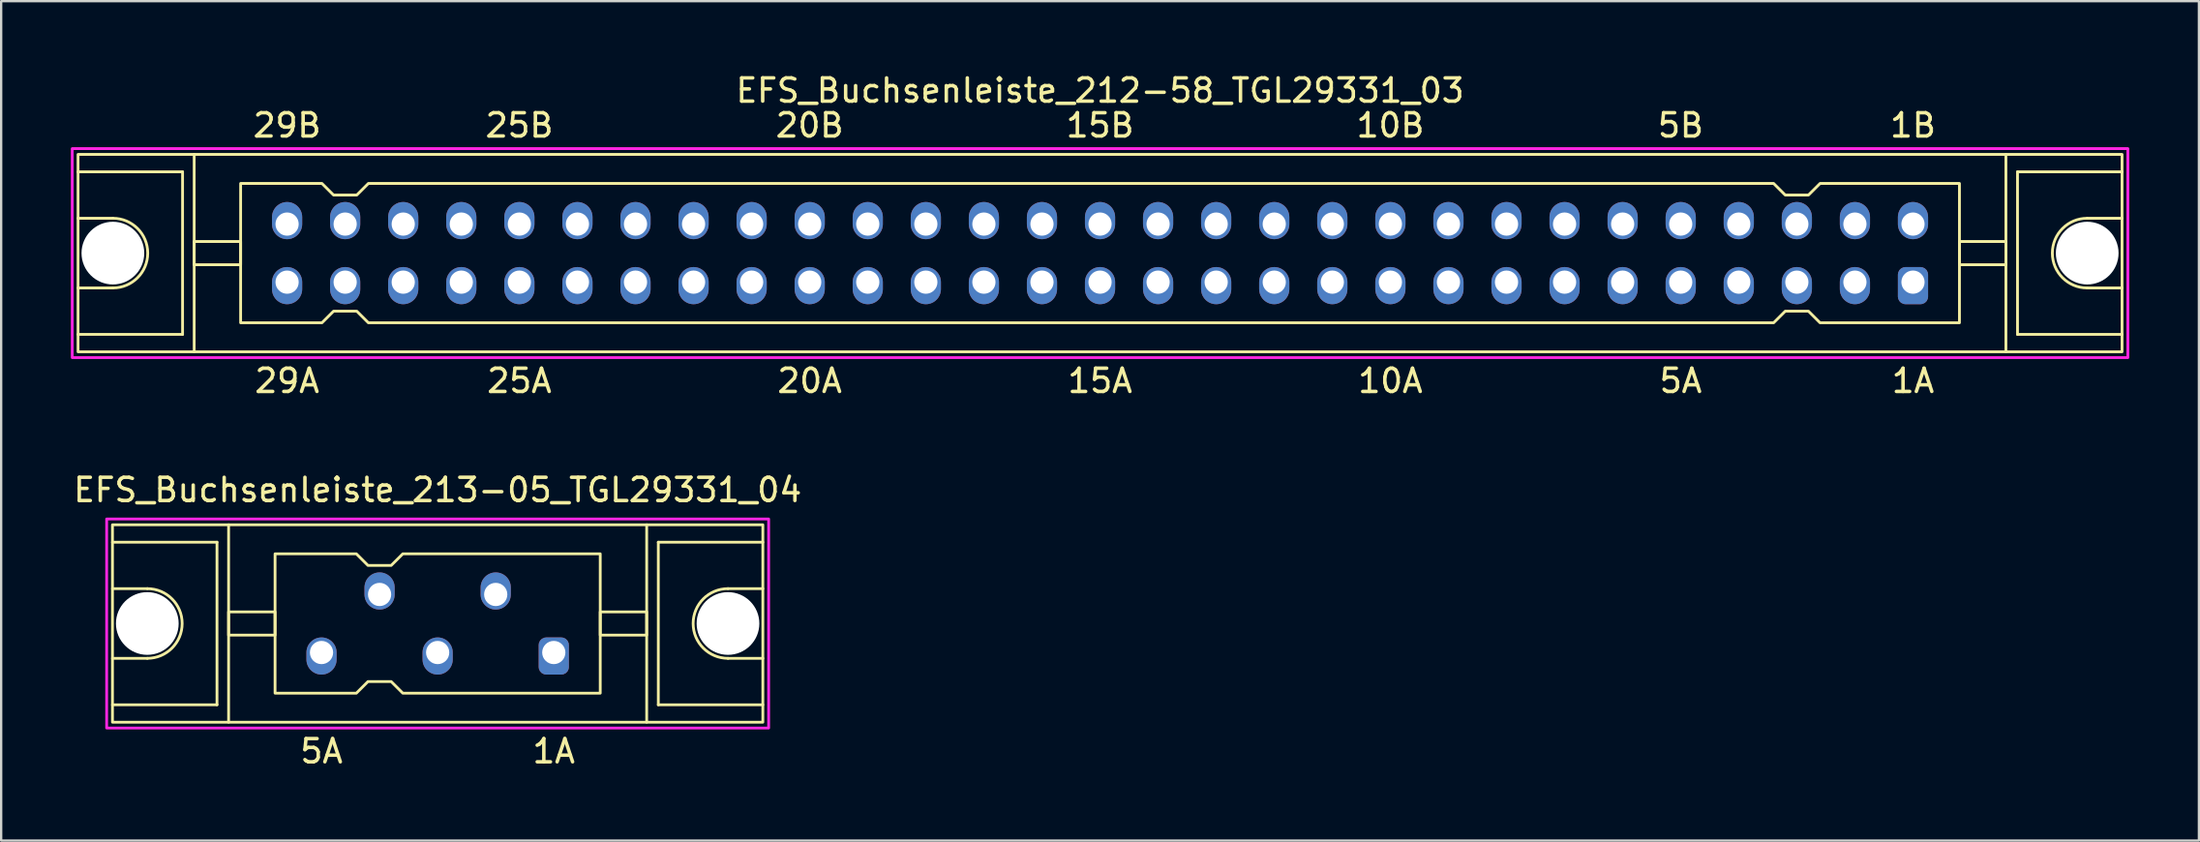
<source format=kicad_pcb>
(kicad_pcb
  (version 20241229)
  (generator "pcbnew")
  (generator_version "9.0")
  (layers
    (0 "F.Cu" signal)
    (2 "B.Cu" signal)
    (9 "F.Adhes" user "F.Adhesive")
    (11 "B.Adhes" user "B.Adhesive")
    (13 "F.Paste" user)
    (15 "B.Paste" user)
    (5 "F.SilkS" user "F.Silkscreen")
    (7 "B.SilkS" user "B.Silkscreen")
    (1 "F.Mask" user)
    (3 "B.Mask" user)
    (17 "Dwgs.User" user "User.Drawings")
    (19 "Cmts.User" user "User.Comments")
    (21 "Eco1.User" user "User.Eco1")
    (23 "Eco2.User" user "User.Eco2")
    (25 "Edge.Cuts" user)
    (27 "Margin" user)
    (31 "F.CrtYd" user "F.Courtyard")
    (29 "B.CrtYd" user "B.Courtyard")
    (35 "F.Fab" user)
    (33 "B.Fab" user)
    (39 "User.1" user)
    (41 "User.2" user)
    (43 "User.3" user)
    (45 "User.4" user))
  (footprint "EFS_Buchsenleiste_213-05_TGL29331_04"
    (layer "F.Cu")
    (at 15.792 23.795)
    (property "Reference" "EFS_Buchsenleiste_213-05_TGL29331_04" (at 0 -5.75 180) (layer "F.SilkS") (effects (font (size 1 1) (thickness 0.15))))
    (attr through_hole)
    (fp_line (start -14 -3.5) (end -9.5 -3.5) (stroke (width 0.12) (type solid)) (layer "F.SilkS"))
    (fp_line (start -12.5 -1.5) (end -14 -1.5) (stroke (width 0.12) (type solid)) (layer "F.SilkS"))
    (fp_line (start -12.5 1.5) (end -14 1.5) (stroke (width 0.12) (type solid)) (layer "F.SilkS"))
    (fp_line (start -9.5 -3.5) (end -9.5 3.5) (stroke (width 0.12) (type solid)) (layer "F.SilkS"))
    (fp_line (start -9.5 3.5) (end -14 3.5) (stroke (width 0.12) (type solid)) (layer "F.SilkS"))
    (fp_line (start -9 4.25) (end -9 -4.25) (stroke (width 0.12) (type solid)) (layer "F.SilkS"))
    (fp_line (start 9 4.25) (end 9 -4.25) (stroke (width 0.12) (type solid)) (layer "F.SilkS"))
    (fp_line (start 9.5 -3.5) (end 9.5 3.5) (stroke (width 0.12) (type solid)) (layer "F.SilkS"))
    (fp_line (start 9.5 3.5) (end 14 3.5) (stroke (width 0.12) (type solid)) (layer "F.SilkS"))
    (fp_line (start 12.5 -1.5) (end 14 -1.5) (stroke (width 0.12) (type solid)) (layer "F.SilkS"))
    (fp_line (start 12.5 1.5) (end 14 1.5) (stroke (width 0.12) (type solid)) (layer "F.SilkS"))
    (fp_line (start 14 -3.5) (end 9.5 -3.5) (stroke (width 0.12) (type solid)) (layer "F.SilkS"))
    (fp_rect (start -14 -4.25) (end 14 4.25) (stroke (width 0.12) (type solid)) (fill no) (layer "F.SilkS"))
    (fp_rect (start -9 -0.5) (end -7 0.5) (stroke (width 0.12) (type solid)) (fill no) (layer "F.SilkS"))
    (fp_rect (start 9 -0.5) (end 7 0.5) (stroke (width 0.12) (type solid)) (fill no) (layer "F.SilkS"))
    (fp_arc (start -12.5 -1.5) (mid -11 0) (end -12.5 1.5) (stroke (width 0.12) (type solid)) (layer "F.SilkS"))
    (fp_arc (start 12.5 1.5) (mid 11 0) (end 12.5 -1.5) (stroke (width 0.12) (type solid)) (layer "F.SilkS"))
    (fp_poly (pts (xy -3 -2.5) (xy -2 -2.5) (xy -1.5 -3) (xy 7 -3) (xy 7 3) (xy -1.5 3) (xy -2 2.5) (xy -3 2.5) (xy -3.5 3) (xy -7 3) (xy -7 -3) (xy -3.5 -3)) (stroke (width 0.12) (type solid)) (fill no) (layer "F.SilkS"))
    (fp_rect (start -14.25 -4.5) (end 14.25 4.5) (stroke (width 0.12) (type solid)) (fill no) (layer "F.CrtYd"))
    (fp_text user "5A" (at -5 5.5 180) (layer "F.SilkS") (effects (font (size 1 1) (thickness 0.15))))
    (fp_text user "1A" (at 5 5.5 180) (layer "F.SilkS") (effects (font (size 1 1) (thickness 0.15))))
    (pad "" np_thru_hole circle (at -12.5 0) (size 2.7 2.7) (drill 2.7) (layers "*.Cu" "*.Mask"))
    (pad "" np_thru_hole circle (at 12.5 0) (size 2.7 2.7) (drill 2.7) (layers "*.Cu" "*.Mask"))
    (pad "1a" thru_hole roundrect (at 5 1.25 180) (size 1.3 1.6) (drill 1 (offset 0 -0.15)) (layers "*.Cu" "*.Mask") (roundrect_rratio 0.25))
    (pad "2b" thru_hole oval (at 2.5 -1.25 180) (size 1.3 1.6) (drill 1 (offset 0 0.15)) (layers "*.Cu" "*.Mask"))
    (pad "3a" thru_hole oval (at 0 1.25 180) (size 1.3 1.6) (drill 1 (offset 0 -0.15)) (layers "*.Cu" "*.Mask"))
    (pad "4b" thru_hole oval (at -2.5 -1.25 180) (size 1.3 1.6) (drill 1 (offset 0 0.15)) (layers "*.Cu" "*.Mask"))
    (pad "5a" thru_hole oval (at -5 1.25 180) (size 1.3 1.6) (drill 1 (offset 0 -0.15)) (layers "*.Cu" "*.Mask")))
  (footprint "EFS_Buchsenleiste_212-58_TGL29331_03"
    (layer "F.Cu")
    (at 44.31 7.848)
    (property "Reference" "EFS_Buchsenleiste_212-58_TGL29331_03" (at 0 -7 180) (layer "F.SilkS") (effects (font (size 1 1) (thickness 0.15))))
    (attr through_hole)
    (fp_line (start -44 -3.5) (end -39.5 -3.5) (stroke (width 0.12) (type solid)) (layer "F.SilkS"))
    (fp_line (start -42.5 -1.5) (end -44 -1.5) (stroke (width 0.12) (type solid)) (layer "F.SilkS"))
    (fp_line (start -42.5 1.5) (end -44 1.5) (stroke (width 0.12) (type solid)) (layer "F.SilkS"))
    (fp_line (start -39.5 -3.5) (end -39.5 3.5) (stroke (width 0.12) (type solid)) (layer "F.SilkS"))
    (fp_line (start -39.5 3.5) (end -44 3.5) (stroke (width 0.12) (type solid)) (layer "F.SilkS"))
    (fp_line (start -39 4.25) (end -39 -4.25) (stroke (width 0.12) (type solid)) (layer "F.SilkS"))
    (fp_line (start 39 4.25) (end 39 -4.25) (stroke (width 0.12) (type solid)) (layer "F.SilkS"))
    (fp_line (start 39.5 -3.5) (end 39.5 3.5) (stroke (width 0.12) (type solid)) (layer "F.SilkS"))
    (fp_line (start 39.5 3.5) (end 44 3.5) (stroke (width 0.12) (type solid)) (layer "F.SilkS"))
    (fp_line (start 42.5 -1.5) (end 44 -1.5) (stroke (width 0.12) (type solid)) (layer "F.SilkS"))
    (fp_line (start 42.5 1.5) (end 44 1.5) (stroke (width 0.12) (type solid)) (layer "F.SilkS"))
    (fp_line (start 44 -3.5) (end 39.5 -3.5) (stroke (width 0.12) (type solid)) (layer "F.SilkS"))
    (fp_rect (start -44 -4.25) (end 44 4.25) (stroke (width 0.12) (type solid)) (fill no) (layer "F.SilkS"))
    (fp_rect (start -39 -0.5) (end -37 0.5) (stroke (width 0.12) (type solid)) (fill no) (layer "F.SilkS"))
    (fp_rect (start 39 -0.5) (end 37 0.5) (stroke (width 0.12) (type solid)) (fill no) (layer "F.SilkS"))
    (fp_arc (start -42.5 -1.5) (mid -41 0) (end -42.5 1.5) (stroke (width 0.12) (type solid)) (layer "F.SilkS"))
    (fp_arc (start 42.5 1.5) (mid 41 0) (end 42.5 -1.5) (stroke (width 0.12) (type solid)) (layer "F.SilkS"))
    (fp_poly (pts (xy -33 -2.5) (xy -32 -2.5) (xy -31.5 -3) (xy 29 -3) (xy 29.5 -2.5) (xy 30.5 -2.5) (xy 31 -3) (xy 37 -3) (xy 37 3) (xy 31 3) (xy 30.5 2.5) (xy 29.5 2.5) (xy 29 3) (xy -31.5 3) (xy -32 2.5) (xy -33 2.5) (xy -33.5 3) (xy -37 3) (xy -37 -3) (xy -33.5 -3)) (stroke (width 0.12) (type solid)) (fill no) (layer "F.SilkS"))
    (fp_rect (start -44.25 -4.5) (end 44.25 4.5) (stroke (width 0.12) (type solid)) (fill no) (layer "F.CrtYd"))
    (fp_text user "29A" (at -35 5.5 180) (layer "F.SilkS") (effects (font (size 1 1) (thickness 0.15))))
    (fp_text user "15A" (at 0 5.5 180) (layer "F.SilkS") (effects (font (size 1 1) (thickness 0.15))))
    (fp_text user "10A" (at 12.5 5.5 180) (layer "F.SilkS") (effects (font (size 1 1) (thickness 0.15))))
    (fp_text user "20B" (at -12.5 -5.5 180) (layer "F.SilkS") (effects (font (size 1 1) (thickness 0.15))))
    (fp_text user "1B" (at 35 -5.5 180) (layer "F.SilkS") (effects (font (size 1 1) (thickness 0.15))))
    (fp_text user "5B" (at 25 -5.5 180) (layer "F.SilkS") (effects (font (size 1 1) (thickness 0.15))))
    (fp_text user "20A" (at -12.5 5.5 180) (layer "F.SilkS") (effects (font (size 1 1) (thickness 0.15))))
    (fp_text user "29B" (at -35 -5.5 180) (layer "F.SilkS") (effects (font (size 1 1) (thickness 0.15))))
    (fp_text user "25A" (at -25 5.5 180) (layer "F.SilkS") (effects (font (size 1 1) (thickness 0.15))))
    (fp_text user "25B" (at -25 -5.5 180) (layer "F.SilkS") (effects (font (size 1 1) (thickness 0.15))))
    (fp_text user "15B" (at 0 -5.5 180) (layer "F.SilkS") (effects (font (size 1 1) (thickness 0.15))))
    (fp_text user "10B" (at 12.5 -5.5 180) (layer "F.SilkS") (effects (font (size 1 1) (thickness 0.15))))
    (fp_text user "5A" (at 25 5.5 180) (layer "F.SilkS") (effects (font (size 1 1) (thickness 0.15))))
    (fp_text user "1A" (at 35 5.5 180) (layer "F.SilkS") (effects (font (size 1 1) (thickness 0.15))))
    (pad "" np_thru_hole circle (at -42.5 0) (size 2.7 2.7) (drill 2.7) (layers "*.Cu" "*.Mask"))
    (pad "" np_thru_hole circle (at 42.5 0) (size 2.7 2.7) (drill 2.7) (layers "*.Cu" "*.Mask"))
    (pad "1a" thru_hole roundrect (at 35 1.25 180) (size 1.3 1.6) (drill 1 (offset 0 -0.15)) (layers "*.Cu" "*.Mask") (roundrect_rratio 0.25))
    (pad "1b" thru_hole oval (at 35 -1.25 180) (size 1.3 1.6) (drill 1 (offset 0 0.15)) (layers "*.Cu" "*.Mask"))
    (pad "2a" thru_hole oval (at 32.5 1.25 180) (size 1.3 1.6) (drill 1 (offset 0 -0.15)) (layers "*.Cu" "*.Mask"))
    (pad "2b" thru_hole oval (at 32.5 -1.25 180) (size 1.3 1.6) (drill 1 (offset 0 0.15)) (layers "*.Cu" "*.Mask"))
    (pad "3a" thru_hole oval (at 30 1.25 180) (size 1.3 1.6) (drill 1 (offset 0 -0.15)) (layers "*.Cu" "*.Mask"))
    (pad "3b" thru_hole oval (at 30 -1.25 180) (size 1.3 1.6) (drill 1 (offset 0 0.15)) (layers "*.Cu" "*.Mask"))
    (pad "4a" thru_hole oval (at 27.5 1.25 180) (size 1.3 1.6) (drill 1 (offset 0 -0.15)) (layers "*.Cu" "*.Mask"))
    (pad "4b" thru_hole oval (at 27.5 -1.25 180) (size 1.3 1.6) (drill 1 (offset 0 0.15)) (layers "*.Cu" "*.Mask"))
    (pad "5a" thru_hole oval (at 25 1.25 180) (size 1.3 1.6) (drill 1 (offset 0 -0.15)) (layers "*.Cu" "*.Mask"))
    (pad "5b" thru_hole oval (at 25 -1.25 180) (size 1.3 1.6) (drill 1 (offset 0 0.15)) (layers "*.Cu" "*.Mask"))
    (pad "6a" thru_hole oval (at 22.5 1.25 180) (size 1.3 1.6) (drill 1 (offset 0 -0.15)) (layers "*.Cu" "*.Mask"))
    (pad "6b" thru_hole oval (at 22.5 -1.25 180) (size 1.3 1.6) (drill 1 (offset 0 0.15)) (layers "*.Cu" "*.Mask"))
    (pad "7a" thru_hole oval (at 20 1.25 180) (size 1.3 1.6) (drill 1 (offset 0 -0.15)) (layers "*.Cu" "*.Mask"))
    (pad "7b" thru_hole oval (at 20 -1.25 180) (size 1.3 1.6) (drill 1 (offset 0 0.15)) (layers "*.Cu" "*.Mask"))
    (pad "8a" thru_hole oval (at 17.5 1.25 180) (size 1.3 1.6) (drill 1 (offset 0 -0.15)) (layers "*.Cu" "*.Mask"))
    (pad "8b" thru_hole oval (at 17.5 -1.25 180) (size 1.3 1.6) (drill 1 (offset 0 0.15)) (layers "*.Cu" "*.Mask"))
    (pad "9a" thru_hole oval (at 15 1.25 180) (size 1.3 1.6) (drill 1 (offset 0 -0.15)) (layers "*.Cu" "*.Mask"))
    (pad "9b" thru_hole oval (at 15 -1.25 180) (size 1.3 1.6) (drill 1 (offset 0 0.15)) (layers "*.Cu" "*.Mask"))
    (pad "10a" thru_hole oval (at 12.5 1.25 180) (size 1.3 1.6) (drill 1 (offset 0 -0.15)) (layers "*.Cu" "*.Mask"))
    (pad "10b" thru_hole oval (at 12.5 -1.25 180) (size 1.3 1.6) (drill 1 (offset 0 0.15)) (layers "*.Cu" "*.Mask"))
    (pad "11a" thru_hole oval (at 10 1.25 180) (size 1.3 1.6) (drill 1 (offset 0 -0.15)) (layers "*.Cu" "*.Mask"))
    (pad "11b" thru_hole oval (at 10 -1.25 180) (size 1.3 1.6) (drill 1 (offset 0 0.15)) (layers "*.Cu" "*.Mask"))
    (pad "12a" thru_hole oval (at 7.5 1.25 180) (size 1.3 1.6) (drill 1 (offset 0 -0.15)) (layers "*.Cu" "*.Mask"))
    (pad "12b" thru_hole oval (at 7.5 -1.25 180) (size 1.3 1.6) (drill 1 (offset 0 0.15)) (layers "*.Cu" "*.Mask"))
    (pad "13a" thru_hole oval (at 5 1.25 180) (size 1.3 1.6) (drill 1 (offset 0 -0.15)) (layers "*.Cu" "*.Mask"))
    (pad "13b" thru_hole oval (at 5 -1.25 180) (size 1.3 1.6) (drill 1 (offset 0 0.15)) (layers "*.Cu" "*.Mask"))
    (pad "14a" thru_hole oval (at 2.5 1.25 180) (size 1.3 1.6) (drill 1 (offset 0 -0.15)) (layers "*.Cu" "*.Mask"))
    (pad "14b" thru_hole oval (at 2.5 -1.25 180) (size 1.3 1.6) (drill 1 (offset 0 0.15)) (layers "*.Cu" "*.Mask"))
    (pad "15a" thru_hole oval (at 0 1.25 180) (size 1.3 1.6) (drill 1 (offset 0 -0.15)) (layers "*.Cu" "*.Mask"))
    (pad "15b" thru_hole oval (at 0 -1.25 180) (size 1.3 1.6) (drill 1 (offset 0 0.15)) (layers "*.Cu" "*.Mask"))
    (pad "16a" thru_hole oval (at -2.5 1.25 180) (size 1.3 1.6) (drill 1 (offset 0 -0.15)) (layers "*.Cu" "*.Mask"))
    (pad "16b" thru_hole oval (at -2.5 -1.25 180) (size 1.3 1.6) (drill 1 (offset 0 0.15)) (layers "*.Cu" "*.Mask"))
    (pad "17a" thru_hole oval (at -5 1.25 180) (size 1.3 1.6) (drill 1 (offset 0 -0.15)) (layers "*.Cu" "*.Mask"))
    (pad "17b" thru_hole oval (at -5 -1.25 180) (size 1.3 1.6) (drill 1 (offset 0 0.15)) (layers "*.Cu" "*.Mask"))
    (pad "18a" thru_hole oval (at -7.5 1.25 180) (size 1.3 1.6) (drill 1 (offset 0 -0.15)) (layers "*.Cu" "*.Mask"))
    (pad "18b" thru_hole oval (at -7.5 -1.25 180) (size 1.3 1.6) (drill 1 (offset 0 0.15)) (layers "*.Cu" "*.Mask"))
    (pad "19a" thru_hole oval (at -10 1.25 180) (size 1.3 1.6) (drill 1 (offset 0 -0.15)) (layers "*.Cu" "*.Mask"))
    (pad "19b" thru_hole oval (at -10 -1.25 180) (size 1.3 1.6) (drill 1 (offset 0 0.15)) (layers "*.Cu" "*.Mask"))
    (pad "20a" thru_hole oval (at -12.5 1.25 180) (size 1.3 1.6) (drill 1 (offset 0 -0.15)) (layers "*.Cu" "*.Mask"))
    (pad "20b" thru_hole oval (at -12.5 -1.25 180) (size 1.3 1.6) (drill 1 (offset 0 0.15)) (layers "*.Cu" "*.Mask"))
    (pad "21a" thru_hole oval (at -15 1.25 180) (size 1.3 1.6) (drill 1 (offset 0 -0.15)) (layers "*.Cu" "*.Mask"))
    (pad "21b" thru_hole oval (at -15 -1.25 180) (size 1.3 1.6) (drill 1 (offset 0 0.15)) (layers "*.Cu" "*.Mask"))
    (pad "22a" thru_hole oval (at -17.5 1.25 180) (size 1.3 1.6) (drill 1 (offset 0 -0.15)) (layers "*.Cu" "*.Mask"))
    (pad "22b" thru_hole oval (at -17.5 -1.25 180) (size 1.3 1.6) (drill 1 (offset 0 0.15)) (layers "*.Cu" "*.Mask"))
    (pad "23a" thru_hole oval (at -20 1.25 180) (size 1.3 1.6) (drill 1 (offset 0 -0.15)) (layers "*.Cu" "*.Mask"))
    (pad "23b" thru_hole oval (at -20 -1.25 180) (size 1.3 1.6) (drill 1 (offset 0 0.15)) (layers "*.Cu" "*.Mask"))
    (pad "24a" thru_hole oval (at -22.5 1.25 180) (size 1.3 1.6) (drill 1 (offset 0 -0.15)) (layers "*.Cu" "*.Mask"))
    (pad "24b" thru_hole oval (at -22.5 -1.25 180) (size 1.3 1.6) (drill 1 (offset 0 0.15)) (layers "*.Cu" "*.Mask"))
    (pad "25a" thru_hole oval (at -25 1.25 180) (size 1.3 1.6) (drill 1 (offset 0 -0.15)) (layers "*.Cu" "*.Mask"))
    (pad "25b" thru_hole oval (at -25 -1.25 180) (size 1.3 1.6) (drill 1 (offset 0 0.15)) (layers "*.Cu" "*.Mask"))
    (pad "26a" thru_hole oval (at -27.5 1.25 180) (size 1.3 1.6) (drill 1 (offset 0 -0.15)) (layers "*.Cu" "*.Mask"))
    (pad "26b" thru_hole oval (at -27.5 -1.25 180) (size 1.3 1.6) (drill 1 (offset 0 0.15)) (layers "*.Cu" "*.Mask"))
    (pad "27a" thru_hole oval (at -30 1.25 180) (size 1.3 1.6) (drill 1 (offset 0 -0.15)) (layers "*.Cu" "*.Mask"))
    (pad "27b" thru_hole oval (at -30 -1.25 180) (size 1.3 1.6) (drill 1 (offset 0 0.15)) (layers "*.Cu" "*.Mask"))
    (pad "28a" thru_hole oval (at -32.5 1.25 180) (size 1.3 1.6) (drill 1 (offset 0 -0.15)) (layers "*.Cu" "*.Mask"))
    (pad "28b" thru_hole oval (at -32.5 -1.25 180) (size 1.3 1.6) (drill 1 (offset 0 0.15)) (layers "*.Cu" "*.Mask"))
    (pad "29a" thru_hole oval (at -35 1.25 180) (size 1.3 1.6) (drill 1 (offset 0 -0.15)) (layers "*.Cu" "*.Mask"))
    (pad "29b" thru_hole oval (at -35 -1.25 180) (size 1.3 1.6) (drill 1 (offset 0 0.15)) (layers "*.Cu" "*.Mask")))
  (gr_rect
    (start -3 -3)
    (end 91.62 33.143)
    (stroke (width 0.1) (type default))
    (fill no)
    (layer "Edge.Cuts")))
</source>
